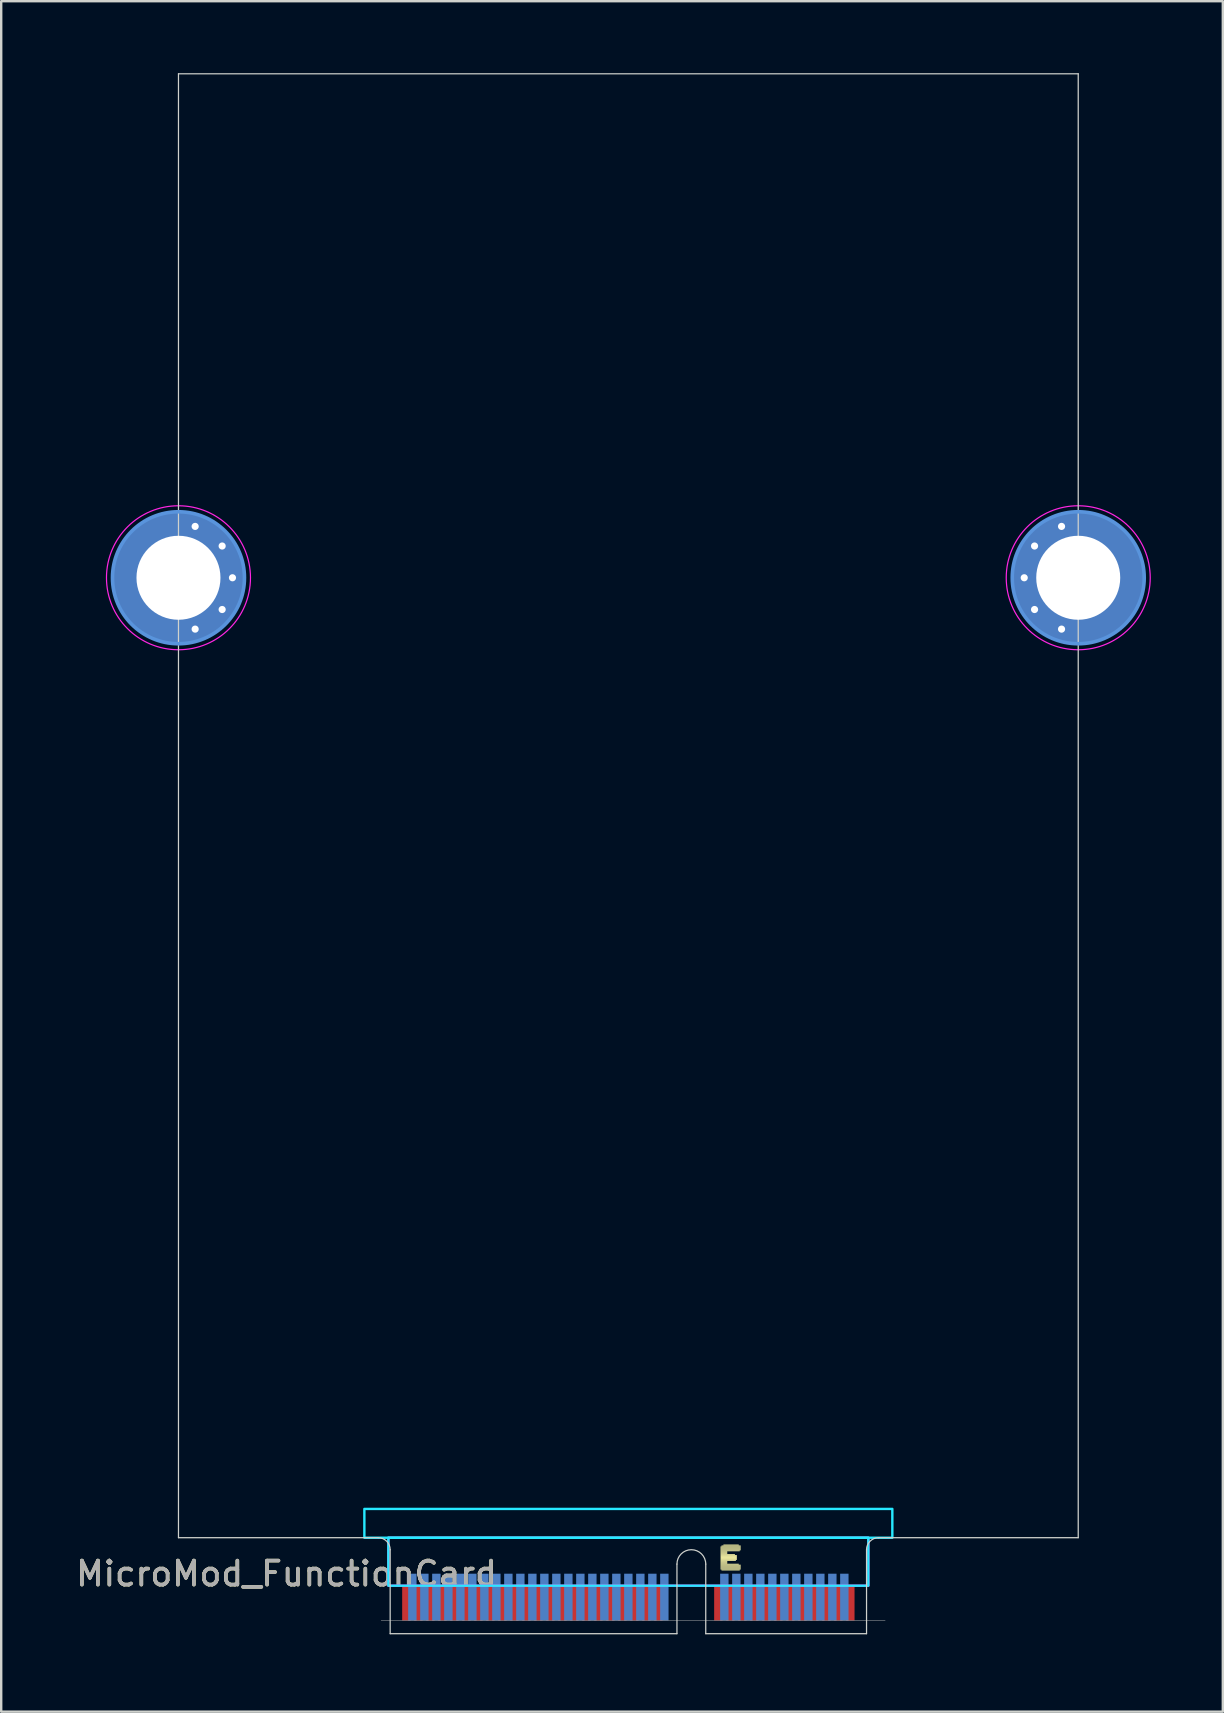
<source format=kicad_pcb>
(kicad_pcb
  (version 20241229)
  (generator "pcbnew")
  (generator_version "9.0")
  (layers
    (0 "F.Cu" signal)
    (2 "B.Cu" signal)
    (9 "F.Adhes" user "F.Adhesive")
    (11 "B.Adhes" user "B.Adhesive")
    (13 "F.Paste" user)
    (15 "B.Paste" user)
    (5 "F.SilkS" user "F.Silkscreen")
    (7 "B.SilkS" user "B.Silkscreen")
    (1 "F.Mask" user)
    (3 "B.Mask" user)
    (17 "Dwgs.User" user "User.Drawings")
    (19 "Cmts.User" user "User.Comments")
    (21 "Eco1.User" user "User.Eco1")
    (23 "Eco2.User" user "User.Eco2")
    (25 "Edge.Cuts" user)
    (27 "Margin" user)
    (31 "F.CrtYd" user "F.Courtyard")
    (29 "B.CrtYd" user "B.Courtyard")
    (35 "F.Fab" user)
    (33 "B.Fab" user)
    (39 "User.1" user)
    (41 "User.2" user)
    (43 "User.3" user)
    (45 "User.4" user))
  (footprint "MicroMod_FunctionCard"
    (layer "F.Cu")
    (at 4.387 65.025)
    (property "Reference" "MicroMod_FunctionCard" (at 4.5 -2.5 0) (unlocked yes) (layer "F.SilkS") (effects (font (size 1 1) (thickness 0.15))))
    (fp_poly (pts (xy 22.587 -3.595) (xy 23.427 -3.595) (xy 23.427 -3.635) (xy 22.587 -3.635)) (stroke (width 0) (type solid)) (fill yes) (layer "F.SilkS"))
    (fp_poly (pts (xy 22.587 -3.555) (xy 23.427 -3.555) (xy 23.427 -3.595) (xy 22.587 -3.595)) (stroke (width 0) (type solid)) (fill yes) (layer "F.SilkS"))
    (fp_poly (pts (xy 22.587 -3.515) (xy 23.427 -3.515) (xy 23.427 -3.555) (xy 22.587 -3.555)) (stroke (width 0) (type solid)) (fill yes) (layer "F.SilkS"))
    (fp_poly (pts (xy 22.587 -3.475) (xy 23.427 -3.475) (xy 23.427 -3.515) (xy 22.587 -3.515)) (stroke (width 0) (type solid)) (fill yes) (layer "F.SilkS"))
    (fp_poly (pts (xy 22.587 -3.435) (xy 23.387 -3.435) (xy 23.387 -3.475) (xy 22.587 -3.475)) (stroke (width 0) (type solid)) (fill yes) (layer "F.SilkS"))
    (fp_poly (pts (xy 22.587 -3.395) (xy 22.867 -3.395) (xy 22.867 -3.435) (xy 22.587 -3.435)) (stroke (width 0) (type solid)) (fill yes) (layer "F.SilkS"))
    (fp_poly (pts (xy 22.587 -3.355) (xy 22.867 -3.355) (xy 22.867 -3.395) (xy 22.587 -3.395)) (stroke (width 0) (type solid)) (fill yes) (layer "F.SilkS"))
    (fp_poly (pts (xy 22.587 -3.315) (xy 22.867 -3.315) (xy 22.867 -3.355) (xy 22.587 -3.355)) (stroke (width 0) (type solid)) (fill yes) (layer "F.SilkS"))
    (fp_poly (pts (xy 22.587 -3.275) (xy 23.187 -3.275) (xy 23.187 -3.315) (xy 22.587 -3.315)) (stroke (width 0) (type solid)) (fill yes) (layer "F.SilkS"))
    (fp_poly (pts (xy 22.587 -3.235) (xy 23.267 -3.235) (xy 23.267 -3.275) (xy 22.587 -3.275)) (stroke (width 0) (type solid)) (fill yes) (layer "F.SilkS"))
    (fp_poly (pts (xy 22.587 -3.195) (xy 23.267 -3.195) (xy 23.267 -3.235) (xy 22.587 -3.235)) (stroke (width 0) (type solid)) (fill yes) (layer "F.SilkS"))
    (fp_poly (pts (xy 22.587 -3.155) (xy 23.267 -3.155) (xy 23.267 -3.195) (xy 22.587 -3.195)) (stroke (width 0) (type solid)) (fill yes) (layer "F.SilkS"))
    (fp_poly (pts (xy 22.587 -3.115) (xy 23.267 -3.115) (xy 23.267 -3.155) (xy 22.587 -3.155)) (stroke (width 0) (type solid)) (fill yes) (layer "F.SilkS"))
    (fp_poly (pts (xy 22.587 -3.075) (xy 23.267 -3.075) (xy 23.267 -3.115) (xy 22.587 -3.115)) (stroke (width 0) (type solid)) (fill yes) (layer "F.SilkS"))
    (fp_poly (pts (xy 22.587 -3.035) (xy 23.227 -3.035) (xy 23.227 -3.075) (xy 22.587 -3.075)) (stroke (width 0) (type solid)) (fill yes) (layer "F.SilkS"))
    (fp_poly (pts (xy 22.587 -2.995) (xy 22.867 -2.995) (xy 22.867 -3.035) (xy 22.587 -3.035)) (stroke (width 0) (type solid)) (fill yes) (layer "F.SilkS"))
    (fp_poly (pts (xy 22.587 -2.955) (xy 22.867 -2.955) (xy 22.867 -2.995) (xy 22.587 -2.995)) (stroke (width 0) (type solid)) (fill yes) (layer "F.SilkS"))
    (fp_poly (pts (xy 22.587 -2.915) (xy 22.867 -2.915) (xy 22.867 -2.955) (xy 22.587 -2.955)) (stroke (width 0) (type solid)) (fill yes) (layer "F.SilkS"))
    (fp_poly (pts (xy 22.587 -2.875) (xy 23.347 -2.875) (xy 23.347 -2.915) (xy 22.587 -2.915)) (stroke (width 0) (type solid)) (fill yes) (layer "F.SilkS"))
    (fp_poly (pts (xy 22.587 -2.835) (xy 23.427 -2.835) (xy 23.427 -2.875) (xy 22.587 -2.875)) (stroke (width 0) (type solid)) (fill yes) (layer "F.SilkS"))
    (fp_poly (pts (xy 22.587 -2.795) (xy 23.427 -2.795) (xy 23.427 -2.835) (xy 22.587 -2.835)) (stroke (width 0) (type solid)) (fill yes) (layer "F.SilkS"))
    (fp_poly (pts (xy 22.587 -2.755) (xy 23.427 -2.755) (xy 23.427 -2.795) (xy 22.587 -2.795)) (stroke (width 0) (type solid)) (fill yes) (layer "F.SilkS"))
    (fp_poly (pts (xy 22.587 -2.715) (xy 23.427 -2.715) (xy 23.427 -2.755) (xy 22.587 -2.755)) (stroke (width 0) (type solid)) (fill yes) (layer "F.SilkS"))
    (fp_poly (pts (xy 22.587 -2.675) (xy 23.427 -2.675) (xy 23.427 -2.715) (xy 22.587 -2.715)) (stroke (width 0) (type solid)) (fill yes) (layer "F.SilkS"))
    (fp_poly (pts (xy 22.627 -3.635) (xy 23.427 -3.635) (xy 23.427 -3.675) (xy 22.627 -3.675)) (stroke (width 0) (type solid)) (fill yes) (layer "F.SilkS"))
    (fp_poly (pts (xy 22.627 -2.635) (xy 23.387 -2.635) (xy 23.387 -2.675) (xy 22.627 -2.675)) (stroke (width 0) (type solid)) (fill yes) (layer "F.SilkS"))
    (fp_poly (pts (xy 22.707 -3.675) (xy 23.347 -3.675) (xy 23.347 -3.715) (xy 22.707 -3.715)) (stroke (width 0) (type solid)) (fill yes) (layer "F.SilkS"))
    (fp_circle (center 0 -44) (end 2.75 -44) (stroke (width 0.15) (type solid)) (fill no) (layer "Cmts.User"))
    (fp_circle (center 37.492 -44) (end 34.742 -44) (stroke (width 0.15) (type solid)) (fill no) (layer "Cmts.User"))
    (fp_line (start 0 -65) (end 37.492 -65) (stroke (width 0.051) (type solid)) (layer "Edge.Cuts"))
    (fp_line (start 0 -4) (end 0 -65) (stroke (width 0.051) (type solid)) (layer "Edge.Cuts"))
    (fp_line (start 8.321 -4) (end 0 -4) (stroke (width 0.051) (type solid)) (layer "Edge.Cuts"))
    (fp_line (start 8.821 0) (end 8.821 -3.5) (stroke (width 0.051) (type solid)) (layer "Edge.Cuts"))
    (fp_line (start 20.771 -2.9) (end 20.771 0) (stroke (width 0.051) (type solid)) (layer "Edge.Cuts"))
    (fp_line (start 20.771 0) (end 8.821 0) (stroke (width 0.051) (type solid)) (layer "Edge.Cuts"))
    (fp_line (start 21.971 -2.9) (end 21.971 0) (stroke (width 0.051) (type solid)) (layer "Edge.Cuts"))
    (fp_line (start 28.671 -3.5) (end 28.671 0) (stroke (width 0.051) (type solid)) (layer "Edge.Cuts"))
    (fp_line (start 28.671 0) (end 21.971 0) (stroke (width 0.051) (type solid)) (layer "Edge.Cuts"))
    (fp_line (start 29.171 -4) (end 37.492 -4) (stroke (width 0.051) (type solid)) (layer "Edge.Cuts"))
    (fp_line (start 37.492 -4) (end 37.492 -65) (stroke (width 0.051) (type solid)) (layer "Edge.Cuts"))
    (fp_arc (start 8.321 -4) (mid 8.674553 -3.853553) (end 8.821 -3.5) (stroke (width 0.0508) (type solid)) (layer "Edge.Cuts"))
    (fp_arc (start 20.771 -2.9) (mid 21.371 -3.5) (end 21.971 -2.9) (stroke (width 0.0508) (type solid)) (layer "Edge.Cuts"))
    (fp_arc (start 28.671 -3.5) (mid 28.817447 -3.853553) (end 29.171 -4) (stroke (width 0.0508) (type solid)) (layer "Edge.Cuts"))
    (fp_poly (pts (xy 28.746 -4) (xy 8.746 -4) (xy 8.746 -2) (xy 28.746 -2)) (stroke (width 0.1) (type solid)) (fill no) (layer "B.CrtYd"))
    (fp_poly (pts (xy 29.746 -5.2) (xy 7.746 -5.2) (xy 7.746 -4) (xy 29.746 -4)) (stroke (width 0.1) (type solid)) (fill no) (layer "B.CrtYd"))
    (fp_circle (center 0 -44) (end 3 -44) (stroke (width 0.05) (type solid)) (fill no) (layer "F.CrtYd"))
    (fp_circle (center 37.492 -44) (end 34.492 -44) (stroke (width 0.05) (type solid)) (fill no) (layer "F.CrtYd"))
    (fp_poly (pts (xy 28.746 -4) (xy 8.746 -4) (xy 8.746 -2) (xy 28.746 -2)) (stroke (width 0.1) (type solid)) (fill no) (layer "F.CrtYd"))
    (fp_line (start 8.446 -0.55) (end 29.446 -0.55) (stroke (width 0.02) (type solid)) (layer "F.Fab"))
    (fp_text user "${REFERENCE}" (at 4.5 -2.5 0) (unlocked yes) (layer "F.Fab") (effects (font (size 1 1) (thickness 0.15))))
    (pad "" np_thru_hole circle (at 0 -44) (size 5.5 5.5) (drill 3.5) (layers "*.Cu" "*.Mask"))
    (pad "" thru_hole circle (at 0.695 -46.14) (size 0.6 0.6) (drill 0.3) (layers "*.Cu" "*.Mask"))
    (pad "" thru_hole circle (at 0.695 -41.86) (size 0.6 0.6) (drill 0.3) (layers "*.Cu" "*.Mask"))
    (pad "" thru_hole circle (at 1.82 -45.323) (size 0.6 0.6) (drill 0.3) (layers "*.Cu" "*.Mask"))
    (pad "" thru_hole circle (at 1.82 -42.677) (size 0.6 0.6) (drill 0.3) (layers "*.Cu" "*.Mask"))
    (pad "" thru_hole circle (at 2.25 -44) (size 0.6 0.6) (drill 0.3) (layers "*.Cu" "*.Mask"))
    (pad "" thru_hole circle (at 35.242 -44 180) (size 0.6 0.6) (drill 0.3) (layers "*.Cu" "*.Mask"))
    (pad "" thru_hole circle (at 35.672 -45.323 180) (size 0.6 0.6) (drill 0.3) (layers "*.Cu" "*.Mask"))
    (pad "" thru_hole circle (at 35.672 -42.677 180) (size 0.6 0.6) (drill 0.3) (layers "*.Cu" "*.Mask"))
    (pad "" thru_hole circle (at 36.797 -46.14 180) (size 0.6 0.6) (drill 0.3) (layers "*.Cu" "*.Mask"))
    (pad "" thru_hole circle (at 36.797 -41.86 180) (size 0.6 0.6) (drill 0.3) (layers "*.Cu" "*.Mask"))
    (pad "" np_thru_hole circle (at 37.492 -44 180) (size 5.5 5.5) (drill 3.5) (layers "*.Cu" "*.Mask"))
    (pad "1" smd rect (at 27.996 -1.275 180) (size 0.35 1.45) (layers "F.Cu" "F.Mask"))
    (pad "2" smd rect (at 27.746 -1.525) (size 0.35 1.95) (layers "B.Cu" "B.Mask"))
    (pad "3" smd rect (at 27.496 -1.275 180) (size 0.35 1.45) (layers "F.Cu" "F.Mask"))
    (pad "4" smd rect (at 27.246 -1.525) (size 0.35 1.95) (layers "B.Cu" "B.Mask"))
    (pad "5" smd rect (at 26.996 -1.275 180) (size 0.35 1.45) (layers "F.Cu" "F.Mask"))
    (pad "6" smd rect (at 26.746 -1.525) (size 0.35 1.95) (layers "B.Cu" "B.Mask"))
    (pad "7" smd rect (at 26.496 -1.275 180) (size 0.35 1.45) (layers "F.Cu" "F.Mask"))
    (pad "8" smd rect (at 26.246 -1.525) (size 0.35 1.95) (layers "B.Cu" "B.Mask"))
    (pad "9" smd rect (at 25.996 -1.275 180) (size 0.35 1.45) (layers "F.Cu" "F.Mask"))
    (pad "10" smd rect (at 25.746 -1.525) (size 0.35 1.95) (layers "B.Cu" "B.Mask"))
    (pad "11" smd rect (at 25.496 -1.275 180) (size 0.35 1.45) (layers "F.Cu" "F.Mask"))
    (pad "12" smd rect (at 25.246 -1.525) (size 0.35 1.95) (layers "B.Cu" "B.Mask"))
    (pad "13" smd rect (at 24.996 -1.275 180) (size 0.35 1.45) (layers "F.Cu" "F.Mask"))
    (pad "14" smd rect (at 24.746 -1.525) (size 0.35 1.95) (layers "B.Cu" "B.Mask"))
    (pad "15" smd rect (at 24.496 -1.275 180) (size 0.35 1.45) (layers "F.Cu" "F.Mask"))
    (pad "16" smd rect (at 24.246 -1.525) (size 0.35 1.95) (layers "B.Cu" "B.Mask"))
    (pad "17" smd rect (at 23.996 -1.275 180) (size 0.35 1.45) (layers "F.Cu" "F.Mask"))
    (pad "18" smd rect (at 23.746 -1.525) (size 0.35 1.95) (layers "B.Cu" "B.Mask"))
    (pad "19" smd rect (at 23.496 -1.275 180) (size 0.35 1.45) (layers "F.Cu" "F.Mask"))
    (pad "20" smd rect (at 23.246 -1.525) (size 0.35 1.95) (layers "B.Cu" "B.Mask"))
    (pad "21" smd rect (at 22.996 -1.275 180) (size 0.35 1.45) (layers "F.Cu" "F.Mask"))
    (pad "22" smd rect (at 22.746 -1.525) (size 0.35 1.95) (layers "B.Cu" "B.Mask"))
    (pad "23" smd rect (at 22.496 -1.275 180) (size 0.35 1.45) (layers "F.Cu" "F.Mask"))
    (pad "32" smd rect (at 20.246 -1.525) (size 0.35 1.95) (layers "B.Cu" "B.Mask"))
    (pad "33" smd rect (at 19.996 -1.275 180) (size 0.35 1.45) (layers "F.Cu" "F.Mask"))
    (pad "34" smd rect (at 19.746 -1.525) (size 0.35 1.95) (layers "B.Cu" "B.Mask"))
    (pad "35" smd rect (at 19.496 -1.275 180) (size 0.35 1.45) (layers "F.Cu" "F.Mask"))
    (pad "36" smd rect (at 19.246 -1.525) (size 0.35 1.95) (layers "B.Cu" "B.Mask"))
    (pad "37" smd rect (at 18.996 -1.275 180) (size 0.35 1.45) (layers "F.Cu" "F.Mask"))
    (pad "38" smd rect (at 18.746 -1.525) (size 0.35 1.95) (layers "B.Cu" "B.Mask"))
    (pad "39" smd rect (at 18.496 -1.275 180) (size 0.35 1.45) (layers "F.Cu" "F.Mask"))
    (pad "40" smd rect (at 18.246 -1.525) (size 0.35 1.95) (layers "B.Cu" "B.Mask"))
    (pad "41" smd rect (at 17.996 -1.275 180) (size 0.35 1.45) (layers "F.Cu" "F.Mask"))
    (pad "42" smd rect (at 17.746 -1.525) (size 0.35 1.95) (layers "B.Cu" "B.Mask"))
    (pad "43" smd rect (at 17.496 -1.275 180) (size 0.35 1.45) (layers "F.Cu" "F.Mask"))
    (pad "44" smd rect (at 17.246 -1.525) (size 0.35 1.95) (layers "B.Cu" "B.Mask"))
    (pad "45" smd rect (at 16.996 -1.275 180) (size 0.35 1.45) (layers "F.Cu" "F.Mask"))
    (pad "46" smd rect (at 16.746 -1.525) (size 0.35 1.95) (layers "B.Cu" "B.Mask"))
    (pad "47" smd rect (at 16.496 -1.275 180) (size 0.35 1.45) (layers "F.Cu" "F.Mask"))
    (pad "48" smd rect (at 16.246 -1.525) (size 0.35 1.95) (layers "B.Cu" "B.Mask"))
    (pad "49" smd rect (at 15.996 -1.275 180) (size 0.35 1.45) (layers "F.Cu" "F.Mask"))
    (pad "50" smd rect (at 15.746 -1.525) (size 0.35 1.95) (layers "B.Cu" "B.Mask"))
    (pad "51" smd rect (at 15.496 -1.275 180) (size 0.35 1.45) (layers "F.Cu" "F.Mask"))
    (pad "52" smd rect (at 15.246 -1.525) (size 0.35 1.95) (layers "B.Cu" "B.Mask"))
    (pad "53" smd rect (at 14.996 -1.275 180) (size 0.35 1.45) (layers "F.Cu" "F.Mask"))
    (pad "54" smd rect (at 14.746 -1.525) (size 0.35 1.95) (layers "B.Cu" "B.Mask"))
    (pad "55" smd rect (at 14.496 -1.275 180) (size 0.35 1.45) (layers "F.Cu" "F.Mask"))
    (pad "56" smd rect (at 14.246 -1.525) (size 0.35 1.95) (layers "B.Cu" "B.Mask"))
    (pad "57" smd rect (at 13.996 -1.275 180) (size 0.35 1.45) (layers "F.Cu" "F.Mask"))
    (pad "58" smd rect (at 13.746 -1.525) (size 0.35 1.95) (layers "B.Cu" "B.Mask"))
    (pad "59" smd rect (at 13.496 -1.275 180) (size 0.35 1.45) (layers "F.Cu" "F.Mask"))
    (pad "60" smd rect (at 13.246 -1.525) (size 0.35 1.95) (layers "B.Cu" "B.Mask"))
    (pad "61" smd rect (at 12.996 -1.275 180) (size 0.35 1.45) (layers "F.Cu" "F.Mask"))
    (pad "62" smd rect (at 12.746 -1.525) (size 0.35 1.95) (layers "B.Cu" "B.Mask"))
    (pad "63" smd rect (at 12.496 -1.275 180) (size 0.35 1.45) (layers "F.Cu" "F.Mask"))
    (pad "64" smd rect (at 12.246 -1.525) (size 0.35 1.95) (layers "B.Cu" "B.Mask"))
    (pad "65" smd rect (at 11.996 -1.275 180) (size 0.35 1.45) (layers "F.Cu" "F.Mask"))
    (pad "66" smd rect (at 11.746 -1.525) (size 0.35 1.95) (layers "B.Cu" "B.Mask"))
    (pad "67" smd rect (at 11.496 -1.275 180) (size 0.35 1.45) (layers "F.Cu" "F.Mask"))
    (pad "68" smd rect (at 11.246 -1.525) (size 0.35 1.95) (layers "B.Cu" "B.Mask"))
    (pad "69" smd rect (at 10.996 -1.275 180) (size 0.35 1.45) (layers "F.Cu" "F.Mask"))
    (pad "70" smd rect (at 10.746 -1.525) (size 0.35 1.95) (layers "B.Cu" "B.Mask"))
    (pad "71" smd rect (at 10.496 -1.275 180) (size 0.35 1.45) (layers "F.Cu" "F.Mask"))
    (pad "72" smd rect (at 10.246 -1.525) (size 0.35 1.95) (layers "B.Cu" "B.Mask"))
    (pad "73" smd rect (at 9.996 -1.275 180) (size 0.35 1.45) (layers "F.Cu" "F.Mask"))
    (pad "74" smd rect (at 9.746 -1.525) (size 0.35 1.95) (layers "B.Cu" "B.Mask"))
    (pad "75" smd rect (at 9.496 -1.275 180) (size 0.35 1.45) (layers "F.Cu" "F.Mask")))
  (gr_rect
    (start -3 -3)
    (end 47.904 68.275)
    (stroke (width 0.1) (type default))
    (fill no)
    (layer "Edge.Cuts")))
</source>
